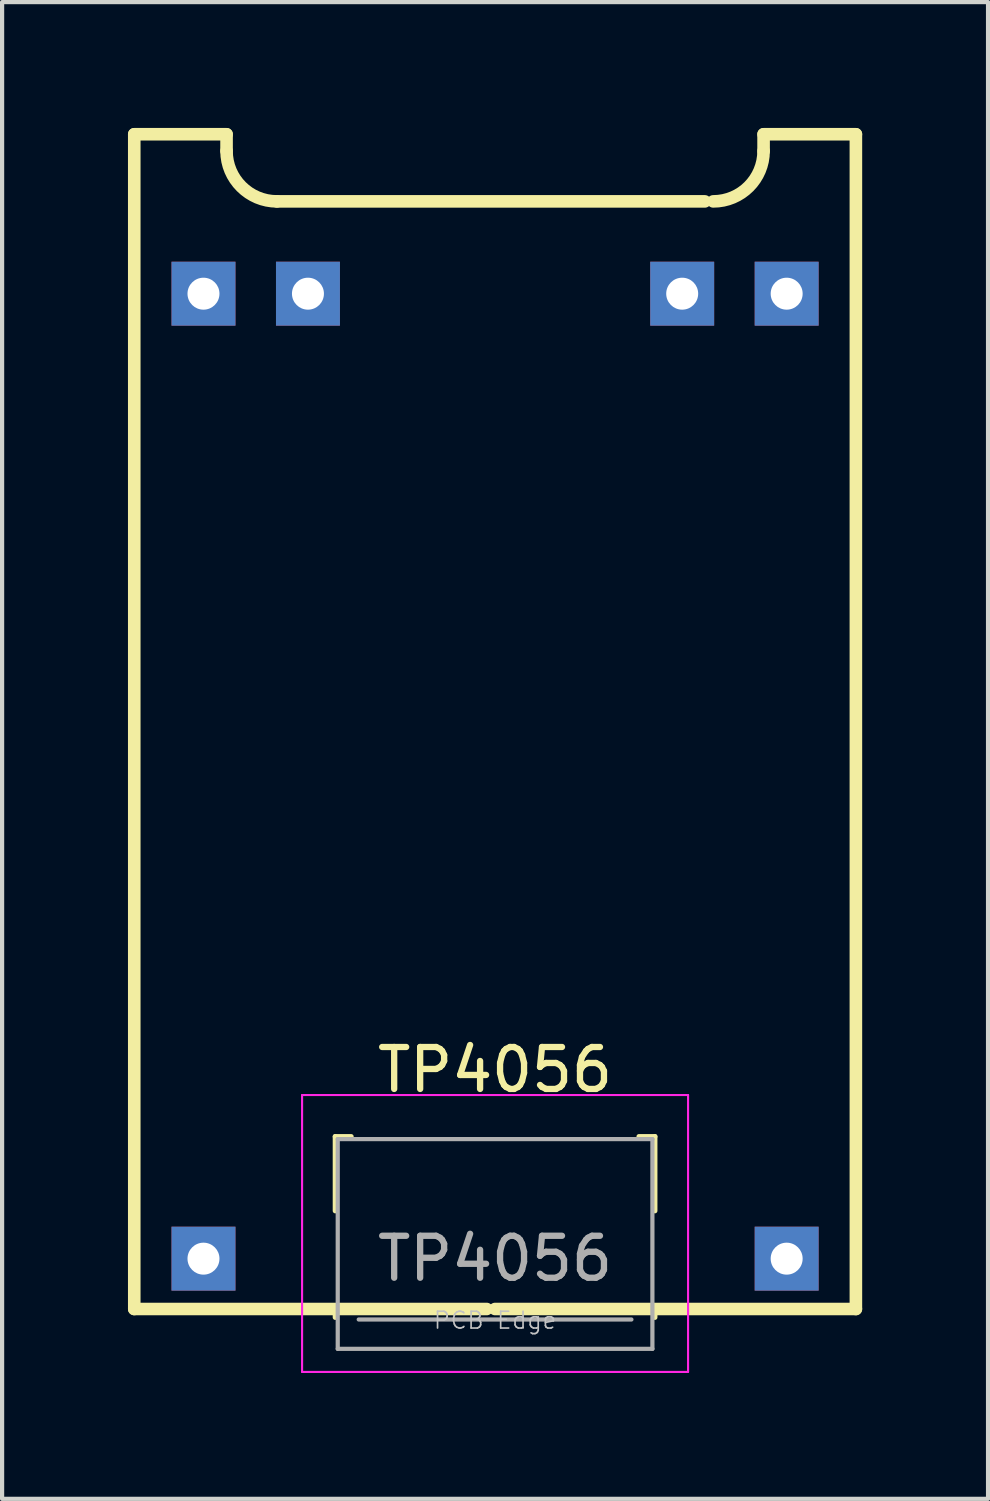
<source format=kicad_pcb>
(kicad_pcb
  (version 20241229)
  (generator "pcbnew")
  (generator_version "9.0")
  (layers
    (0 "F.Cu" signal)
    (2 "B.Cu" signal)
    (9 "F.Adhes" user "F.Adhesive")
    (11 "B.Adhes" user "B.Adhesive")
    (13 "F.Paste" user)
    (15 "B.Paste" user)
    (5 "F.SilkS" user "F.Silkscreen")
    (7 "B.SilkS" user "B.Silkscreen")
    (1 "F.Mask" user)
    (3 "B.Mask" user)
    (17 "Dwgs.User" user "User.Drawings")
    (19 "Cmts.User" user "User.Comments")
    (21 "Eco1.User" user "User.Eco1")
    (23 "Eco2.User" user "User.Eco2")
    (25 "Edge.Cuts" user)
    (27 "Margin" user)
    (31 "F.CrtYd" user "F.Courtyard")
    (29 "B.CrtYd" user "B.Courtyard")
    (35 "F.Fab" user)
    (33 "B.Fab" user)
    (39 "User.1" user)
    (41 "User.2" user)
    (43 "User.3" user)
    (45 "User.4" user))
  (footprint "TP4056"
    (layer "F.Cu")
    (at 8.75 26.95)
    (property "Reference" "TP4056" (at 0 -4.5 180) (layer "F.SilkS") (effects (font (size 1 1) (thickness 0.15))))
    (attr smd)
    (fp_line (start -8.6 -26.8) (end -6.4 -26.8) (stroke (width 0.3) (type solid)) (layer "F.SilkS"))
    (fp_line (start -8.6 1.2) (end -8.6 -26.8) (stroke (width 0.3) (type solid)) (layer "F.SilkS"))
    (fp_line (start -6.4 -26.8) (end -6.4 -26.4) (stroke (width 0.3) (type solid)) (layer "F.SilkS"))
    (fp_line (start -3.81 -2.91) (end -3.43 -2.91) (stroke (width 0.12) (type solid)) (layer "F.SilkS"))
    (fp_line (start -3.81 -1.14) (end -3.81 -2.91) (stroke (width 0.12) (type solid)) (layer "F.SilkS"))
    (fp_line (start -3.81 1.4) (end -3.81 1.14) (stroke (width 0.12) (type solid)) (layer "F.SilkS"))
    (fp_line (start -0.2 1.2) (end -8.6 1.2) (stroke (width 0.3) (type solid)) (layer "F.SilkS"))
    (fp_line (start 0 1.2) (end 8.6 1.2) (stroke (width 0.3) (type solid)) (layer "F.SilkS"))
    (fp_line (start 3.81 -2.91) (end 3.43 -2.91) (stroke (width 0.12) (type solid)) (layer "F.SilkS"))
    (fp_line (start 3.81 -2.91) (end 3.81 -1.14) (stroke (width 0.12) (type solid)) (layer "F.SilkS"))
    (fp_line (start 3.81 1.14) (end 3.81 1.4) (stroke (width 0.12) (type solid)) (layer "F.SilkS"))
    (fp_line (start 5 -25.2) (end -5.2 -25.2) (stroke (width 0.3) (type solid)) (layer "F.SilkS"))
    (fp_line (start 6.4 -26.8) (end 8.6 -26.8) (stroke (width 0.3) (type solid)) (layer "F.SilkS"))
    (fp_line (start 6.4 -26.4) (end 6.4 -26.8) (stroke (width 0.3) (type solid)) (layer "F.SilkS"))
    (fp_line (start 8.6 1.2) (end 8.6 -26.8) (stroke (width 0.3) (type solid)) (layer "F.SilkS"))
    (fp_arc (start -5.2 -25.2) (mid -6.048528 -25.551472) (end -6.4 -26.4) (stroke (width 0.3) (type solid)) (layer "F.SilkS"))
    (fp_arc (start 6.4 -26.4) (mid 6.048528 -25.551472) (end 5.2 -25.2) (stroke (width 0.3) (type solid)) (layer "F.SilkS"))
    (fp_line (start -4.6 -3.9) (end 4.6 -3.9) (stroke (width 0.05) (type solid)) (layer "F.CrtYd"))
    (fp_line (start -4.6 2.7) (end -4.6 -3.9) (stroke (width 0.05) (type solid)) (layer "F.CrtYd"))
    (fp_line (start 4.6 -3.9) (end 4.6 2.7) (stroke (width 0.05) (type solid)) (layer "F.CrtYd"))
    (fp_line (start 4.6 2.7) (end -4.6 2.7) (stroke (width 0.05) (type solid)) (layer "F.CrtYd"))
    (fp_line (start -3.75 -2.85) (end 3.75 -2.85) (stroke (width 0.1) (type solid)) (layer "F.Fab"))
    (fp_line (start -3.75 2.15) (end -3.75 -2.85) (stroke (width 0.1) (type solid)) (layer "F.Fab"))
    (fp_line (start -3.25 1.45) (end 3.25 1.45) (stroke (width 0.1) (type solid)) (layer "F.Fab"))
    (fp_line (start 3.75 -2.85) (end 3.75 2.15) (stroke (width 0.1) (type solid)) (layer "F.Fab"))
    (fp_line (start 3.75 2.15) (end -3.75 2.15) (stroke (width 0.1) (type solid)) (layer "F.Fab"))
    (fp_text user "PCB Edge" (at 0 1.47 180) (layer "Dwgs.User") (effects (font (size 0.4 0.4) (thickness 0.04))))
    (fp_text user "${REFERENCE}" (at 0 0 0) (layer "F.Fab") (effects (font (size 1 1) (thickness 0.15))))
    (pad "7" thru_hole rect (at -6.95 0) (size 1.524 1.524) (drill 0.762) (layers "*.Cu" "*.Mask"))
    (pad "8" thru_hole rect (at 6.95 0) (size 1.524 1.524) (drill 0.762) (layers "*.Cu" "*.Mask"))
    (pad "9" thru_hole rect (at 6.95 -23) (size 1.524 1.524) (drill 0.762) (layers "*.Cu" "*.Mask"))
    (pad "10" thru_hole rect (at 4.46 -23) (size 1.524 1.524) (drill 0.762) (layers "*.Cu" "*.Mask"))
    (pad "11" thru_hole rect (at -4.46 -23) (size 1.524 1.524) (drill 0.762) (layers "*.Cu" "*.Mask"))
    (pad "12" thru_hole rect (at -6.95 -23) (size 1.524 1.524) (drill 0.762) (layers "*.Cu" "*.Mask")))
  (gr_rect
    (start -3 -3)
    (end 20.5 32.675)
    (stroke (width 0.1) (type default))
    (fill no)
    (layer "Edge.Cuts")))
</source>
